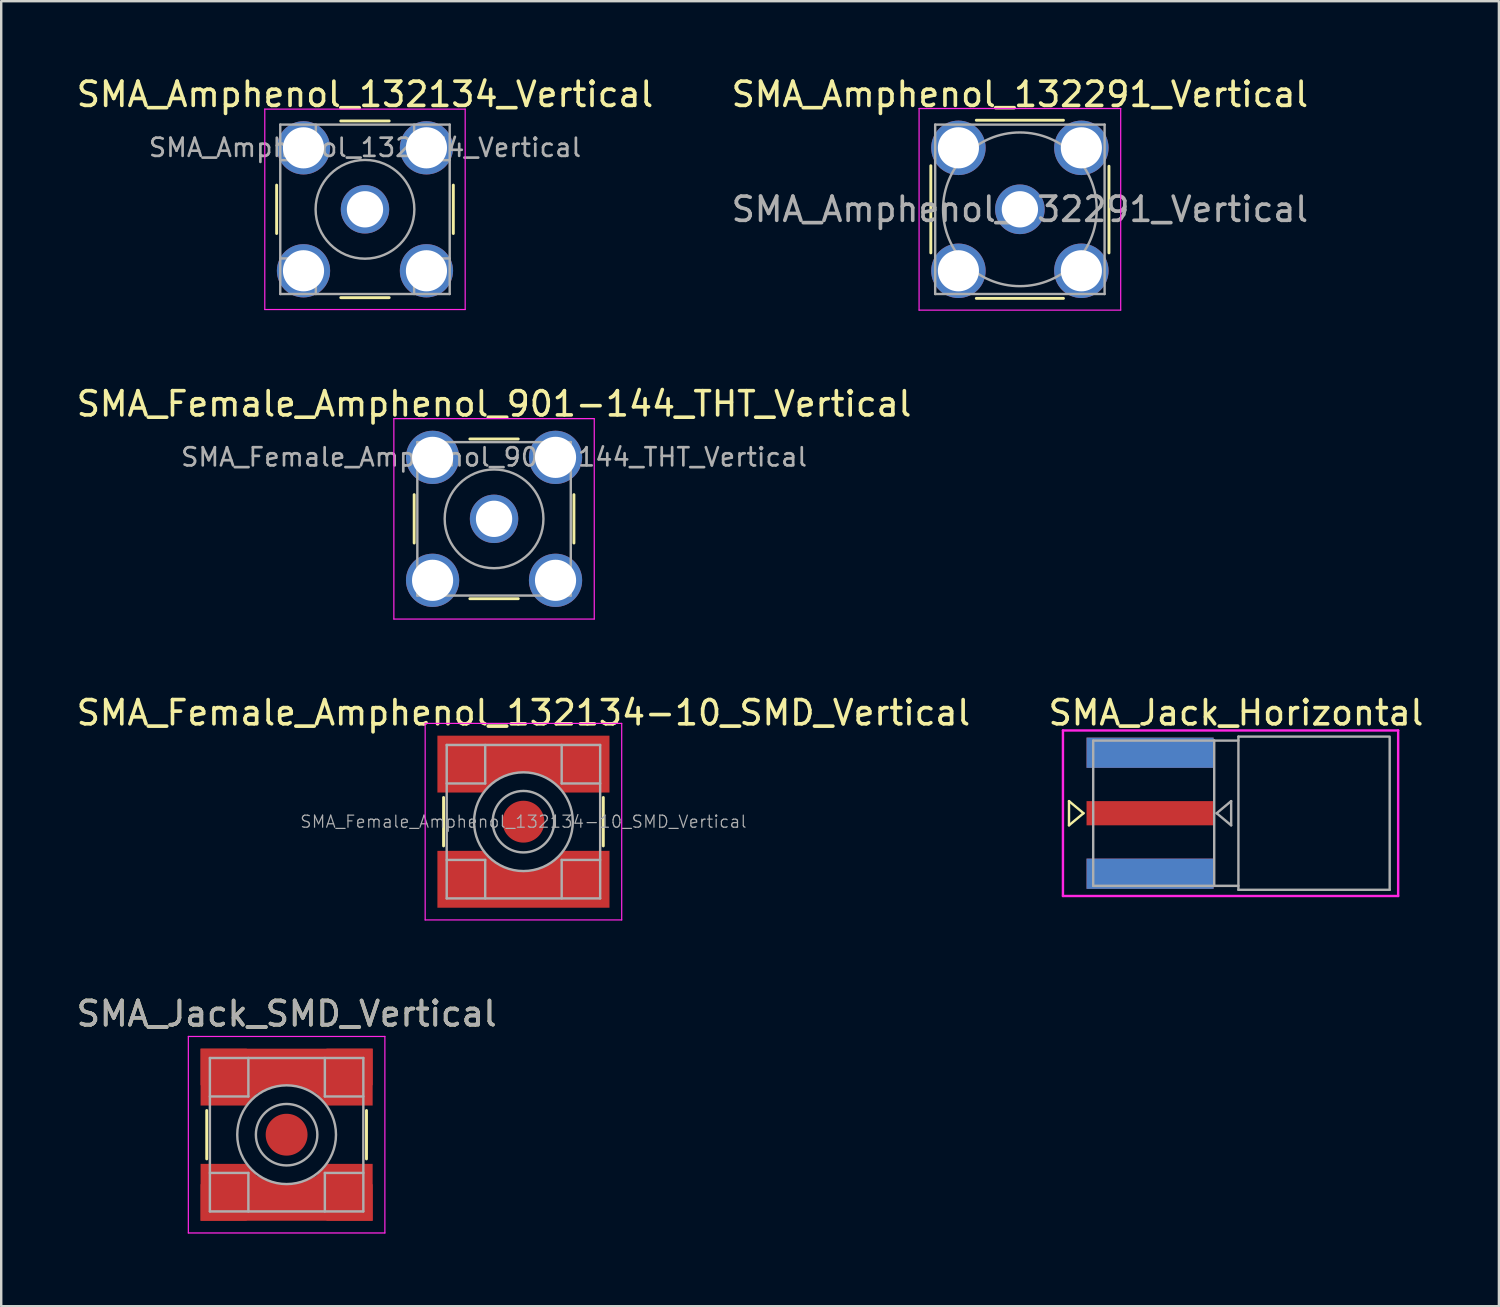
<source format=kicad_pcb>
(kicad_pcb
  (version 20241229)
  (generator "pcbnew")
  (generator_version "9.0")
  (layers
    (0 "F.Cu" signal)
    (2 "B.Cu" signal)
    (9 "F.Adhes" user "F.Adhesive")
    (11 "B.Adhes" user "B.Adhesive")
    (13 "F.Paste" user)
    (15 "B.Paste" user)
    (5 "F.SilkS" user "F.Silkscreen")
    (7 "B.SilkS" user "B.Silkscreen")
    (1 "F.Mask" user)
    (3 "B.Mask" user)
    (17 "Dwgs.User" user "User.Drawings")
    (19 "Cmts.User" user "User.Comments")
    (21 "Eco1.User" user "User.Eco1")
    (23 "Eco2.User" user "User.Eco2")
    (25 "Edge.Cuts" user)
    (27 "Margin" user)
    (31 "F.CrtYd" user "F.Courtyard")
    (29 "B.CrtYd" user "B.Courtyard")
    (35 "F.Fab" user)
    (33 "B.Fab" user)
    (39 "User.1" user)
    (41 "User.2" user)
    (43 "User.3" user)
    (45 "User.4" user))
  (footprint "SMA_Female_Amphenol_901-144_THT_Vertical"
    (layer "F.Cu")
    (at 17.363 18.387)
    (property "Reference" "SMA_Female_Amphenol_901-144_THT_Vertical" (at 0 -4.75 0) (layer "F.SilkS") (effects (font (size 1 1) (thickness 0.15))))
    (attr through_hole)
    (fp_line (start -3.3 -1) (end -3.3 1) (stroke (width 0.12) (type solid)) (layer "F.SilkS"))
    (fp_line (start -1 -3.3) (end 1 -3.3) (stroke (width 0.12) (type solid)) (layer "F.SilkS"))
    (fp_line (start -1 3.3) (end 1 3.3) (stroke (width 0.12) (type solid)) (layer "F.SilkS"))
    (fp_line (start 3.3 -1) (end 3.3 1) (stroke (width 0.12) (type solid)) (layer "F.SilkS"))
    (fp_line (start -4.14 -4.14) (end -4.14 4.14) (stroke (width 0.05) (type solid)) (layer "F.CrtYd"))
    (fp_line (start -4.14 -4.14) (end 4.14 -4.14) (stroke (width 0.05) (type solid)) (layer "F.CrtYd"))
    (fp_line (start 4.14 4.14) (end -4.14 4.14) (stroke (width 0.05) (type solid)) (layer "F.CrtYd"))
    (fp_line (start 4.14 4.14) (end 4.14 -4.14) (stroke (width 0.05) (type solid)) (layer "F.CrtYd"))
    (fp_line (start -3.17 -3.17) (end -3.17 3.17) (stroke (width 0.1) (type solid)) (layer "F.Fab"))
    (fp_line (start -3.17 -3.17) (end 3.17 -3.17) (stroke (width 0.1) (type solid)) (layer "F.Fab"))
    (fp_line (start -3.17 3.17) (end 3.17 3.17) (stroke (width 0.1) (type solid)) (layer "F.Fab"))
    (fp_line (start -3.05 -3.05) (end -3.05 -2.03) (stroke (width 0.1) (type solid)) (layer "F.Fab"))
    (fp_line (start -3.05 -3.05) (end -2.03 -3.05) (stroke (width 0.1) (type solid)) (layer "F.Fab"))
    (fp_line (start -3.05 -2.03) (end -2.03 -2.03) (stroke (width 0.1) (type solid)) (layer "F.Fab"))
    (fp_line (start -3.05 2.03) (end -2.03 2.03) (stroke (width 0.1) (type solid)) (layer "F.Fab"))
    (fp_line (start -3.05 3.05) (end -3.05 2.03) (stroke (width 0.1) (type solid)) (layer "F.Fab"))
    (fp_line (start -3.05 3.05) (end -2.03 3.05) (stroke (width 0.1) (type solid)) (layer "F.Fab"))
    (fp_line (start -2.03 -3.05) (end -2.03 -2.03) (stroke (width 0.1) (type solid)) (layer "F.Fab"))
    (fp_line (start -2.03 2.03) (end -2.03 3.05) (stroke (width 0.1) (type solid)) (layer "F.Fab"))
    (fp_line (start 2.03 -3.05) (end 2.03 -2.03) (stroke (width 0.1) (type solid)) (layer "F.Fab"))
    (fp_line (start 2.03 -3.05) (end 3.05 -3.05) (stroke (width 0.1) (type solid)) (layer "F.Fab"))
    (fp_line (start 2.03 -2.03) (end 3.05 -2.03) (stroke (width 0.1) (type solid)) (layer "F.Fab"))
    (fp_line (start 2.03 2.03) (end 2.03 3.05) (stroke (width 0.1) (type solid)) (layer "F.Fab"))
    (fp_line (start 2.03 3.05) (end 3.05 3.05) (stroke (width 0.1) (type solid)) (layer "F.Fab"))
    (fp_line (start 3.05 -3.05) (end 3.05 -2.03) (stroke (width 0.1) (type solid)) (layer "F.Fab"))
    (fp_line (start 3.05 2.03) (end 2.03 2.03) (stroke (width 0.1) (type solid)) (layer "F.Fab"))
    (fp_line (start 3.05 2.03) (end 3.05 3.05) (stroke (width 0.1) (type solid)) (layer "F.Fab"))
    (fp_line (start 3.17 -3.17) (end 3.17 3.17) (stroke (width 0.1) (type solid)) (layer "F.Fab"))
    (fp_circle (center 0 0) (end 0.635 0) (stroke (width 0.1) (type solid)) (fill no) (layer "F.Fab"))
    (fp_circle (center 0 0) (end 2.04 0) (stroke (width 0.1) (type solid)) (fill no) (layer "F.Fab"))
    (fp_text user "${REFERENCE}" (at 0 -2.55 0) (layer "F.Fab") (effects (font (size 0.75 0.75) (thickness 0.11))))
    (pad "1" thru_hole circle (at 0 0) (size 2 2) (drill 1.5) (layers "*.Cu" "*.Mask"))
    (pad "2" thru_hole circle (at -2.54 -2.54) (size 2.2 2.2) (drill 1.7) (layers "*.Cu" "*.Mask"))
    (pad "2" thru_hole circle (at -2.54 2.54) (size 2.2 2.2) (drill 1.7) (layers "*.Cu" "*.Mask"))
    (pad "2" thru_hole circle (at 2.54 -2.54) (size 2.2 2.2) (drill 1.7) (layers "*.Cu" "*.Mask"))
    (pad "2" thru_hole circle (at 2.54 2.54) (size 2.2 2.2) (drill 1.7) (layers "*.Cu" "*.Mask")))
  (footprint "SMA_Amphenol_132134_Vertical"
    (layer "F.Cu")
    (at 12.03 5.598)
    (property "Reference" "SMA_Amphenol_132134_Vertical" (at 0 -4.75 0) (layer "F.SilkS") (effects (font (size 1 1) (thickness 0.15))))
    (attr through_hole)
    (fp_line (start -3.65 -1) (end -3.65 1) (stroke (width 0.12) (type solid)) (layer "F.SilkS"))
    (fp_line (start -1 -3.65) (end 1 -3.65) (stroke (width 0.12) (type solid)) (layer "F.SilkS"))
    (fp_line (start -1 3.65) (end 1 3.65) (stroke (width 0.12) (type solid)) (layer "F.SilkS"))
    (fp_line (start 3.65 -1) (end 3.65 1) (stroke (width 0.12) (type solid)) (layer "F.SilkS"))
    (fp_line (start -4.14 -4.14) (end -4.14 4.14) (stroke (width 0.05) (type solid)) (layer "F.CrtYd"))
    (fp_line (start -4.14 -4.14) (end 4.14 -4.14) (stroke (width 0.05) (type solid)) (layer "F.CrtYd"))
    (fp_line (start 4.14 4.14) (end -4.14 4.14) (stroke (width 0.05) (type solid)) (layer "F.CrtYd"))
    (fp_line (start 4.14 4.14) (end 4.14 -4.14) (stroke (width 0.05) (type solid)) (layer "F.CrtYd"))
    (fp_line (start -3.5 -3.5) (end -3.5 3.5) (stroke (width 0.1) (type solid)) (layer "F.Fab"))
    (fp_line (start -3.5 -3.5) (end 3.5 -3.5) (stroke (width 0.1) (type solid)) (layer "F.Fab"))
    (fp_line (start -3.5 2.03) (end -2.03 2.03) (stroke (width 0.1) (type solid)) (layer "F.Fab"))
    (fp_line (start -3.5 3.5) (end 3.5 3.5) (stroke (width 0.1) (type solid)) (layer "F.Fab"))
    (fp_line (start -3.05 -3.05) (end -3.05 -2.03) (stroke (width 0.1) (type solid)) (layer "F.Fab"))
    (fp_line (start -3.05 -3.05) (end -2.03 -3.05) (stroke (width 0.1) (type solid)) (layer "F.Fab"))
    (fp_line (start -3.05 3.05) (end -3.05 2.03) (stroke (width 0.1) (type solid)) (layer "F.Fab"))
    (fp_line (start -3.05 3.05) (end -2.03 3.05) (stroke (width 0.1) (type solid)) (layer "F.Fab"))
    (fp_line (start -2.03 -3.5) (end -2.03 -2.03) (stroke (width 0.1) (type solid)) (layer "F.Fab"))
    (fp_line (start -2.03 -2.03) (end -3.5 -2.03) (stroke (width 0.1) (type solid)) (layer "F.Fab"))
    (fp_line (start -2.03 2.03) (end -2.03 3.5) (stroke (width 0.1) (type solid)) (layer "F.Fab"))
    (fp_line (start 2.03 -3.5) (end 2.03 -2.03) (stroke (width 0.1) (type solid)) (layer "F.Fab"))
    (fp_line (start 2.03 -3.05) (end 3.05 -3.05) (stroke (width 0.1) (type solid)) (layer "F.Fab"))
    (fp_line (start 2.03 -2.03) (end 3.5 -2.03) (stroke (width 0.1) (type solid)) (layer "F.Fab"))
    (fp_line (start 2.03 2.03) (end 2.03 3.5) (stroke (width 0.1) (type solid)) (layer "F.Fab"))
    (fp_line (start 2.03 3.05) (end 3.05 3.05) (stroke (width 0.1) (type solid)) (layer "F.Fab"))
    (fp_line (start 3.05 -3.05) (end 3.05 -2.03) (stroke (width 0.1) (type solid)) (layer "F.Fab"))
    (fp_line (start 3.05 2.03) (end 3.05 3.05) (stroke (width 0.1) (type solid)) (layer "F.Fab"))
    (fp_line (start 3.5 -3.5) (end 3.5 3.5) (stroke (width 0.1) (type solid)) (layer "F.Fab"))
    (fp_line (start 3.5 2.03) (end 2.03 2.03) (stroke (width 0.1) (type solid)) (layer "F.Fab"))
    (fp_circle (center 0 0) (end 0.635 0) (stroke (width 0.1) (type solid)) (fill no) (layer "F.Fab"))
    (fp_circle (center 0 0) (end 2.04 0) (stroke (width 0.1) (type solid)) (fill no) (layer "F.Fab"))
    (fp_text user "${REFERENCE}" (at 0 -2.55 0) (layer "F.Fab") (effects (font (size 0.75 0.75) (thickness 0.11))))
    (pad "1" thru_hole circle (at 0 0) (size 2 2) (drill 1.5) (layers "*.Cu" "*.Mask"))
    (pad "2" thru_hole circle (at -2.54 -2.54) (size 2.2 2.2) (drill 1.7) (layers "*.Cu" "*.Mask"))
    (pad "2" thru_hole circle (at -2.54 2.54) (size 2.2 2.2) (drill 1.7) (layers "*.Cu" "*.Mask"))
    (pad "2" thru_hole circle (at 2.54 -2.54) (size 2.2 2.2) (drill 1.7) (layers "*.Cu" "*.Mask"))
    (pad "2" thru_hole circle (at 2.54 2.54) (size 2.2 2.2) (drill 1.7) (layers "*.Cu" "*.Mask")))
  (footprint "SMA_Amphenol_132291_Vertical"
    (layer "F.Cu")
    (at 39.089 5.598)
    (property "Reference" "SMA_Amphenol_132291_Vertical" (at 0 -4.75 0) (layer "F.SilkS") (effects (font (size 1 1) (thickness 0.15))))
    (attr through_hole)
    (fp_line (start -3.68 -1.8) (end -3.68 1.8) (stroke (width 0.12) (type solid)) (layer "F.SilkS"))
    (fp_line (start -1.8 -3.68) (end 1.8 -3.68) (stroke (width 0.12) (type solid)) (layer "F.SilkS"))
    (fp_line (start -1.8 3.68) (end 1.8 3.68) (stroke (width 0.12) (type solid)) (layer "F.SilkS"))
    (fp_line (start 3.68 -1.78) (end 3.68 1.8) (stroke (width 0.12) (type solid)) (layer "F.SilkS"))
    (fp_line (start -4.165 -4.165) (end -4.165 4.165) (stroke (width 0.05) (type solid)) (layer "F.CrtYd"))
    (fp_line (start -4.165 -4.165) (end 4.165 -4.165) (stroke (width 0.05) (type solid)) (layer "F.CrtYd"))
    (fp_line (start 4.165 4.165) (end -4.165 4.165) (stroke (width 0.05) (type solid)) (layer "F.CrtYd"))
    (fp_line (start 4.165 4.165) (end 4.165 -4.165) (stroke (width 0.05) (type solid)) (layer "F.CrtYd"))
    (fp_line (start -3.5 -3.5) (end -3.5 3.5) (stroke (width 0.1) (type solid)) (layer "F.Fab"))
    (fp_line (start -3.5 -3.5) (end 3.5 -3.5) (stroke (width 0.1) (type solid)) (layer "F.Fab"))
    (fp_line (start -3.5 3.5) (end 3.5 3.5) (stroke (width 0.1) (type solid)) (layer "F.Fab"))
    (fp_line (start 3.5 -3.5) (end 3.5 3.5) (stroke (width 0.1) (type solid)) (layer "F.Fab"))
    (fp_circle (center 0 0) (end 3.175 0) (stroke (width 0.1) (type solid)) (fill no) (layer "F.Fab"))
    (fp_text user "${REFERENCE}" (at 0 0 0) (layer "F.Fab") (effects (font (size 1 1) (thickness 0.15))))
    (pad "1" thru_hole circle (at 0 0) (size 2.05 2.05) (drill 1.5) (layers "*.Cu" "*.Mask"))
    (pad "2" thru_hole circle (at -2.54 -2.54) (size 2.25 2.25) (drill 1.7) (layers "*.Cu" "*.Mask"))
    (pad "2" thru_hole circle (at -2.54 2.54) (size 2.25 2.25) (drill 1.7) (layers "*.Cu" "*.Mask"))
    (pad "2" thru_hole circle (at 2.54 -2.54) (size 2.25 2.25) (drill 1.7) (layers "*.Cu" "*.Mask"))
    (pad "2" thru_hole circle (at 2.54 2.54) (size 2.25 2.25) (drill 1.7) (layers "*.Cu" "*.Mask")))
  (footprint "SMA_Jack_Horizontal"
    (layer "F.Cu")
    (at 44.468 30.55)
    (property "Reference" "SMA_Jack_Horizontal" (at 3.55 -4.15 0) (layer "F.SilkS") (effects (font (size 1 1) (thickness 0.15))))
    (attr through_hole)
    (fp_line (start -3.35 -0.5) (end -2.75 0) (stroke (width 0.1) (type solid)) (layer "F.SilkS"))
    (fp_line (start -3.35 0.5) (end -3.35 -0.5) (stroke (width 0.1) (type solid)) (layer "F.SilkS"))
    (fp_line (start -2.75 0) (end -3.35 0.5) (stroke (width 0.1) (type solid)) (layer "F.SilkS"))
    (fp_line (start -3.6 -3.42) (end -3.6 3.42) (stroke (width 0.1) (type solid)) (layer "F.CrtYd"))
    (fp_line (start -3.6 3.42) (end 10.25 3.42) (stroke (width 0.1) (type solid)) (layer "F.CrtYd"))
    (fp_line (start 10.25 -3.42) (end -3.6 -3.42) (stroke (width 0.1) (type solid)) (layer "F.CrtYd"))
    (fp_line (start 10.25 3.42) (end 10.25 -3.42) (stroke (width 0.1) (type solid)) (layer "F.CrtYd"))
    (fp_line (start -2.35 -3) (end 2.65 -3) (stroke (width 0.1) (type solid)) (layer "F.Fab"))
    (fp_line (start -2.35 3) (end -2.35 -3) (stroke (width 0.1) (type solid)) (layer "F.Fab"))
    (fp_line (start 2.65 -3) (end 2.65 3) (stroke (width 0.1) (type solid)) (layer "F.Fab"))
    (fp_line (start 2.65 3) (end -2.35 3) (stroke (width 0.1) (type solid)) (layer "F.Fab"))
    (fp_line (start 2.65 3) (end 3.65 3) (stroke (width 0.1) (type solid)) (layer "F.Fab"))
    (fp_line (start 2.75 0) (end 3.35 0.5) (stroke (width 0.1) (type solid)) (layer "F.Fab"))
    (fp_line (start 3.35 -0.5) (end 2.75 0) (stroke (width 0.1) (type solid)) (layer "F.Fab"))
    (fp_line (start 3.35 0.5) (end 3.35 -0.5) (stroke (width 0.1) (type solid)) (layer "F.Fab"))
    (fp_line (start 3.65 -3.165) (end 9.85 -3.165) (stroke (width 0.1) (type solid)) (layer "F.Fab"))
    (fp_line (start 3.65 -3) (end 2.65 -3) (stroke (width 0.1) (type solid)) (layer "F.Fab"))
    (fp_line (start 3.65 3.165) (end 3.65 -3.165) (stroke (width 0.1) (type solid)) (layer "F.Fab"))
    (fp_line (start 9.9 3.165) (end 3.65 3.165) (stroke (width 0.1) (type solid)) (layer "F.Fab"))
    (fp_line (start 9.9 3.165) (end 9.9 -3.165) (stroke (width 0.1) (type solid)) (layer "F.Fab"))
    (pad "1" smd rect (at 0 0) (size 5.25 1) (layers "F.Cu" "F.Mask" "F.Paste"))
    (pad "2" smd rect (at 0 -2.5) (size 5.25 1.25) (layers "F.Cu" "F.Mask" "F.Paste"))
    (pad "2" smd rect (at 0 -2.5) (size 5.25 1.25) (layers "B.Cu" "B.Mask" "B.Paste"))
    (pad "2" smd rect (at 0 2.5) (size 5.25 1.25) (layers "F.Cu" "F.Mask" "F.Paste"))
    (pad "2" smd rect (at 0 2.5) (size 5.25 1.25) (layers "B.Cu" "B.Mask" "B.Paste")))
  (footprint "SMA_Jack_SMD_Vertical"
    (layer "F.Cu")
    (at 8.792 43.833)
    (property "Reference" "SMA_Jack_SMD_Vertical" (at 0 -5 0) (layer "F.SilkS") (effects (font (size 1 1) (thickness 0.15))))
    (attr smd)
    (fp_line (start -3.3 -1) (end -3.3 1) (stroke (width 0.12) (type solid)) (layer "F.SilkS"))
    (fp_line (start 3.3 -1) (end 3.3 1) (stroke (width 0.12) (type solid)) (layer "F.SilkS"))
    (fp_line (start -4.06 -4.06) (end -4.06 4.06) (stroke (width 0.05) (type solid)) (layer "F.CrtYd"))
    (fp_line (start -4.06 -4.06) (end 4.06 -4.06) (stroke (width 0.05) (type solid)) (layer "F.CrtYd"))
    (fp_line (start 4.06 4.06) (end -4.06 4.06) (stroke (width 0.05) (type solid)) (layer "F.CrtYd"))
    (fp_line (start 4.06 4.06) (end 4.06 -4.06) (stroke (width 0.05) (type solid)) (layer "F.CrtYd"))
    (fp_line (start -3.17 -3.17) (end -3.17 3.17) (stroke (width 0.1) (type solid)) (layer "F.Fab"))
    (fp_line (start -3.17 -3.17) (end 3.17 -3.17) (stroke (width 0.1) (type solid)) (layer "F.Fab"))
    (fp_line (start -3.17 -1.58) (end -1.58 -1.58) (stroke (width 0.1) (type solid)) (layer "F.Fab"))
    (fp_line (start -3.17 1.58) (end -1.58 1.58) (stroke (width 0.1) (type solid)) (layer "F.Fab"))
    (fp_line (start -3.17 3.17) (end 3.17 3.17) (stroke (width 0.1) (type solid)) (layer "F.Fab"))
    (fp_line (start -1.58 -3.17) (end -1.58 -1.58) (stroke (width 0.1) (type solid)) (layer "F.Fab"))
    (fp_line (start -1.58 1.58) (end -1.58 3.17) (stroke (width 0.1) (type solid)) (layer "F.Fab"))
    (fp_line (start 1.58 -3.17) (end 1.58 -1.58) (stroke (width 0.1) (type solid)) (layer "F.Fab"))
    (fp_line (start 1.58 -1.58) (end 3.17 -1.58) (stroke (width 0.1) (type solid)) (layer "F.Fab"))
    (fp_line (start 1.58 1.58) (end 1.58 3.17) (stroke (width 0.1) (type solid)) (layer "F.Fab"))
    (fp_line (start 3.17 -3.17) (end 3.17 3.17) (stroke (width 0.1) (type solid)) (layer "F.Fab"))
    (fp_line (start 3.17 1.58) (end 1.58 1.58) (stroke (width 0.1) (type solid)) (layer "F.Fab"))
    (fp_circle (center 0 0) (end 1.27 0) (stroke (width 0.1) (type solid)) (fill no) (layer "F.Fab"))
    (fp_circle (center 0 0) (end 2.04 0) (stroke (width 0.1) (type solid)) (fill no) (layer "F.Fab"))
    (fp_text user "${REFERENCE}" (at 0 -5 0) (layer "F.Fab") (effects (font (size 1 1) (thickness 0.15))))
    (pad "1" smd circle (at 0 0 90) (size 1.73 1.73) (layers "F.Cu" "F.Mask" "F.Paste"))
    (pad "2" smd rect (at -2.6 -2.38 90) (size 2.35 1.91) (layers "F.Cu" "F.Mask" "F.Paste"))
    (pad "2" smd rect (at -2.6 2.38 90) (size 2.35 1.91) (layers "F.Cu" "F.Mask" "F.Paste"))
    (pad "2" smd rect (at -1.515 -1.749 50) (size 1 0.5) (layers "F.Cu" "F.Mask" "F.Paste"))
    (pad "2" smd rect (at -1.515 1.749 310) (size 1 0.5) (layers "F.Cu" "F.Mask" "F.Paste"))
    (pad "2" smd rect (at -0.85 -2.38 20) (size 2 1) (layers "F.Cu" "F.Mask" "F.Paste"))
    (pad "2" smd rect (at -0.85 2.38 340) (size 2 1) (layers "F.Cu" "F.Mask" "F.Paste"))
    (pad "2" smd rect (at 0 -2.8 90) (size 1.51 7.11) (layers "F.Cu" "F.Mask" "F.Paste"))
    (pad "2" smd rect (at 0 2.8 90) (size 1.51 7.11) (layers "F.Cu" "F.Mask" "F.Paste"))
    (pad "2" smd rect (at 0.85 -2.38 340) (size 2 1) (layers "F.Cu" "F.Mask" "F.Paste"))
    (pad "2" smd rect (at 0.85 2.38 20) (size 2 1) (layers "F.Cu" "F.Mask" "F.Paste"))
    (pad "2" smd rect (at 1.515 -1.749 310) (size 1 0.5) (layers "F.Cu" "F.Mask" "F.Paste"))
    (pad "2" smd rect (at 1.515 1.749 50) (size 1 0.5) (layers "F.Cu" "F.Mask" "F.Paste"))
    (pad "2" smd rect (at 2.6 -2.38 90) (size 2.35 1.91) (layers "F.Cu" "F.Mask" "F.Paste"))
    (pad "2" smd rect (at 2.6 2.38 90) (size 2.35 1.91) (layers "F.Cu" "F.Mask" "F.Paste")))
  (footprint "SMA_Female_Amphenol_132134-10_SMD_Vertical"
    (layer "F.Cu")
    (at 18.577 30.9)
    (property "Reference" "SMA_Female_Amphenol_132134-10_SMD_Vertical" (at 0 -4.5 0) (layer "F.SilkS") (effects (font (size 1 1) (thickness 0.15))))
    (attr smd)
    (fp_line (start -3.3 -1) (end -3.3 1) (stroke (width 0.12) (type solid)) (layer "F.SilkS"))
    (fp_line (start 3.3 -1) (end 3.3 1) (stroke (width 0.12) (type solid)) (layer "F.SilkS"))
    (fp_line (start -4.06 -4.06) (end -4.06 4.06) (stroke (width 0.05) (type solid)) (layer "F.CrtYd"))
    (fp_line (start -4.06 -4.06) (end 4.06 -4.06) (stroke (width 0.05) (type solid)) (layer "F.CrtYd"))
    (fp_line (start 4.06 4.06) (end -4.06 4.06) (stroke (width 0.05) (type solid)) (layer "F.CrtYd"))
    (fp_line (start 4.06 4.06) (end 4.06 -4.06) (stroke (width 0.05) (type solid)) (layer "F.CrtYd"))
    (fp_line (start -3.17 -3.17) (end -3.17 3.17) (stroke (width 0.1) (type solid)) (layer "F.Fab"))
    (fp_line (start -3.17 -3.17) (end 3.17 -3.17) (stroke (width 0.1) (type solid)) (layer "F.Fab"))
    (fp_line (start -3.17 -1.58) (end -1.58 -1.58) (stroke (width 0.1) (type solid)) (layer "F.Fab"))
    (fp_line (start -3.17 1.58) (end -1.58 1.58) (stroke (width 0.1) (type solid)) (layer "F.Fab"))
    (fp_line (start -3.17 3.17) (end 3.17 3.17) (stroke (width 0.1) (type solid)) (layer "F.Fab"))
    (fp_line (start -1.58 -3.17) (end -1.58 -1.58) (stroke (width 0.1) (type solid)) (layer "F.Fab"))
    (fp_line (start -1.58 1.58) (end -1.58 3.17) (stroke (width 0.1) (type solid)) (layer "F.Fab"))
    (fp_line (start 1.58 -3.17) (end 1.58 -1.58) (stroke (width 0.1) (type solid)) (layer "F.Fab"))
    (fp_line (start 1.58 -1.58) (end 3.17 -1.58) (stroke (width 0.1) (type solid)) (layer "F.Fab"))
    (fp_line (start 1.58 1.58) (end 1.58 3.17) (stroke (width 0.1) (type solid)) (layer "F.Fab"))
    (fp_line (start 3.17 -3.17) (end 3.17 3.17) (stroke (width 0.1) (type solid)) (layer "F.Fab"))
    (fp_line (start 3.17 1.58) (end 1.58 1.58) (stroke (width 0.1) (type solid)) (layer "F.Fab"))
    (fp_circle (center 0 0) (end 1.27 0) (stroke (width 0.1) (type solid)) (fill no) (layer "F.Fab"))
    (fp_circle (center 0 0) (end 2.04 0) (stroke (width 0.1) (type solid)) (fill no) (layer "F.Fab"))
    (fp_text user "${REFERENCE}" (at 0 0 0) (layer "F.Fab") (effects (font (size 0.5 0.5) (thickness 0.05))))
    (pad "1" smd circle (at 0 0 90) (size 1.73 1.73) (layers "F.Cu" "F.Mask" "F.Paste"))
    (pad "2" smd custom (at 0 -2.8 180) (size 7.11 1.51) (layers "F.Cu" "F.Mask" "F.Paste") (options (anchor rect)) (primitives (gr_poly (pts (xy -1.645 -1.595) (xy -1.5 -1.42) (xy -1.36 -1.28) (xy -1.205 -1.155) (xy -1.035 -1.045) (xy -0.86 -0.95) (xy -0.675 -0.875) (xy -0.48 -0.82) (xy -0.28 -0.78) (xy -0.085 -0.765) (xy 0 -0.765) (xy 0 0.755) (xy -3.555 0.755) (xy -3.555 -1.595)) (width 0) (fill yes)) (gr_poly (pts (xy 1.645 -1.595) (xy 1.5 -1.42) (xy 1.36 -1.28) (xy 1.205 -1.155) (xy 1.035 -1.045) (xy 0.86 -0.95) (xy 0.675 -0.875) (xy 0.48 -0.82) (xy 0.28 -0.78) (xy 0.085 -0.765) (xy 0 -0.765) (xy 0 0.755) (xy 3.555 0.755) (xy 3.555 -1.595)) (width 0) (fill yes))))
    (pad "2" smd custom (at 0 2.8) (size 7.11 1.51) (layers "F.Cu" "F.Mask" "F.Paste") (options (anchor rect)) (primitives (gr_poly (pts (xy -1.645 -1.595) (xy -1.5 -1.42) (xy -1.36 -1.28) (xy -1.205 -1.155) (xy -1.035 -1.045) (xy -0.86 -0.95) (xy -0.675 -0.875) (xy -0.48 -0.82) (xy -0.28 -0.78) (xy -0.085 -0.765) (xy 0 -0.765) (xy 0 0.755) (xy -3.555 0.755) (xy -3.555 -1.595)) (width 0) (fill yes)) (gr_poly (pts (xy 1.645 -1.595) (xy 1.5 -1.42) (xy 1.36 -1.28) (xy 1.205 -1.155) (xy 1.035 -1.045) (xy 0.86 -0.95) (xy 0.675 -0.875) (xy 0.48 -0.82) (xy 0.28 -0.78) (xy 0.085 -0.765) (xy 0 -0.765) (xy 0 0.755) (xy 3.555 0.755) (xy 3.555 -1.595)) (width 0) (fill yes)))))
  (gr_rect
    (start -3 -3)
    (end 58.881 50.918)
    (stroke (width 0.1) (type default))
    (fill no)
    (layer "Edge.Cuts")))
</source>
